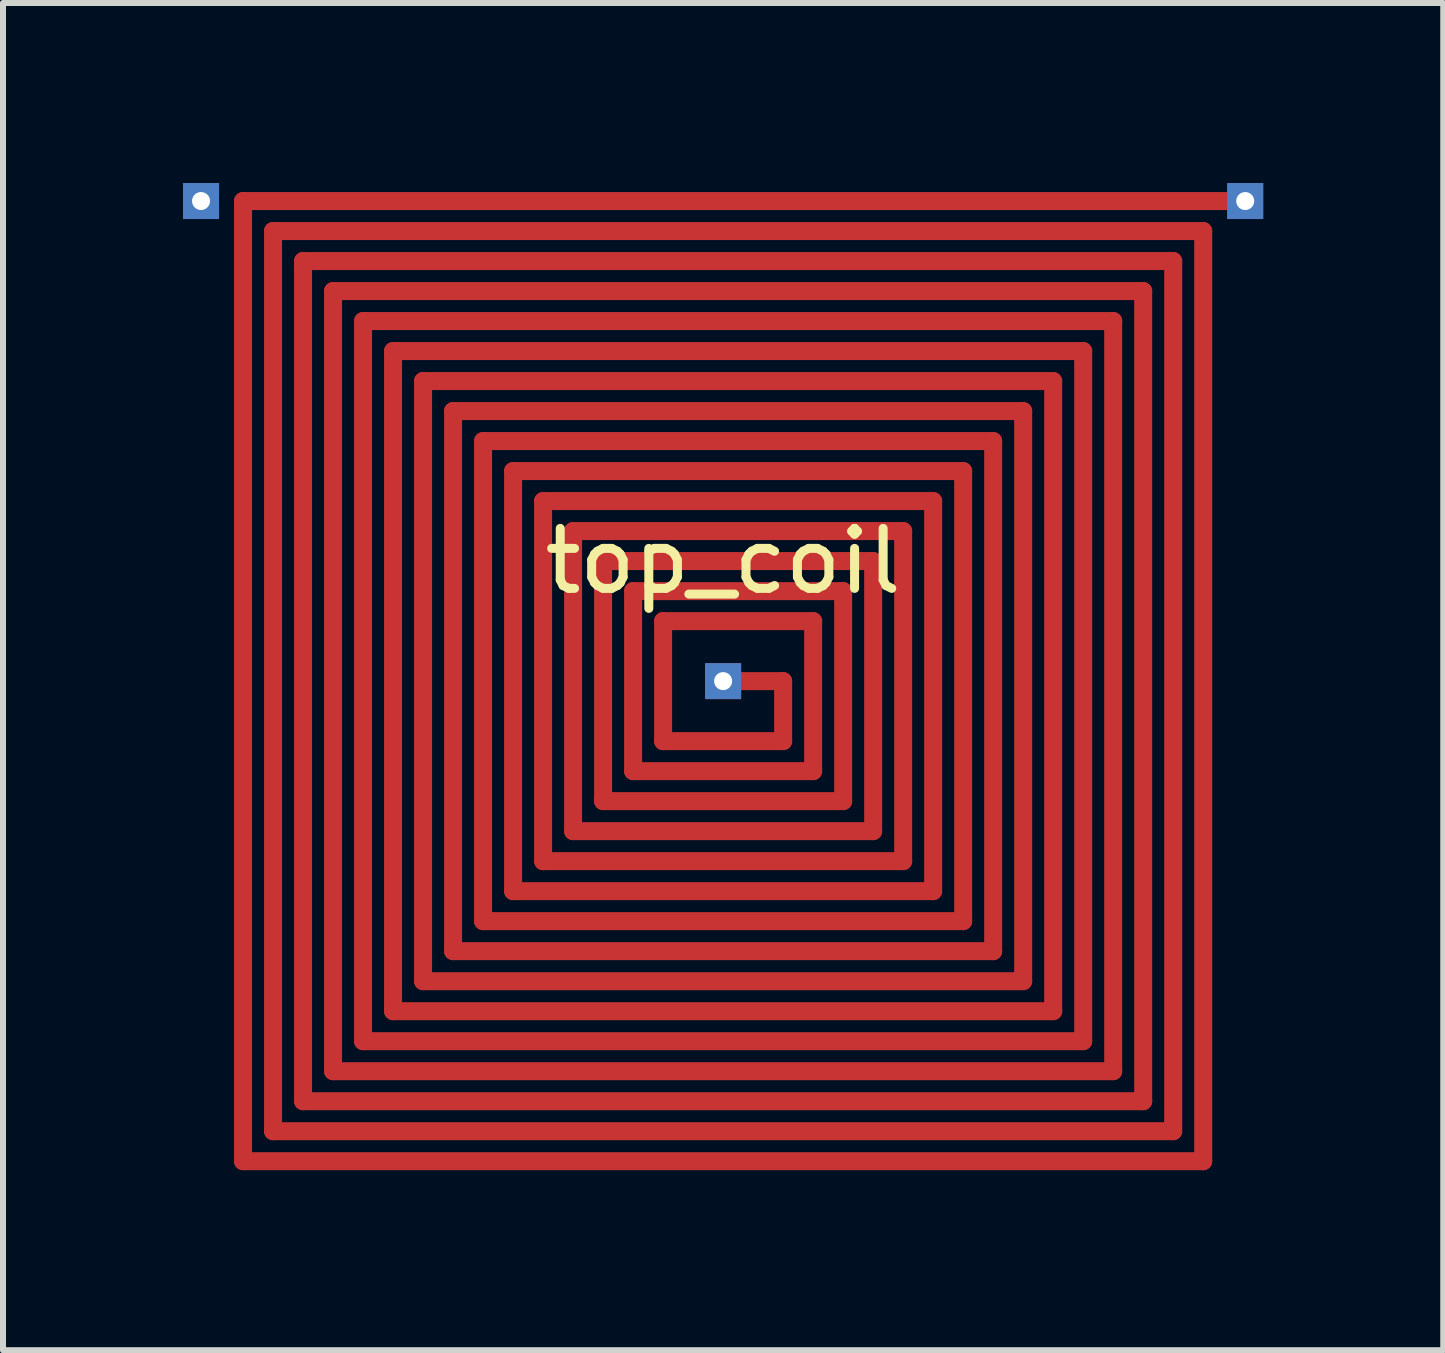
<source format=kicad_pcb>
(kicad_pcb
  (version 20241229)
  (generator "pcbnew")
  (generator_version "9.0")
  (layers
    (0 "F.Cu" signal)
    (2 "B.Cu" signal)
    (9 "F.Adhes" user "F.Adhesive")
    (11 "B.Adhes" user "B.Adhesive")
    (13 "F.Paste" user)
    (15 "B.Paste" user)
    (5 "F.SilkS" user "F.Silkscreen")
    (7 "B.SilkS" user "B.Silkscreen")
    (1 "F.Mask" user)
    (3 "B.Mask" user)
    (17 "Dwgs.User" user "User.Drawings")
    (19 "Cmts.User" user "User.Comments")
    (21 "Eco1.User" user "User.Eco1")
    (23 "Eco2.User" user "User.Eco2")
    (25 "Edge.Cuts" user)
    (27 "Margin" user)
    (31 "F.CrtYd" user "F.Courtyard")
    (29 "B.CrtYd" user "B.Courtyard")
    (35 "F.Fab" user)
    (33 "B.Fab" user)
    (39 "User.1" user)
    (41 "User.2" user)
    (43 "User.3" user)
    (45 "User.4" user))
  (footprint "top_coil"
    (layer "F.Cu")
    (at 9 8.3)
    (property "Reference" "top_coil" (at 0 -2 0) (layer "F.SilkS") (effects (font (size 1 1) (thickness 0.15))))
    (attr through_hole)
    (fp_line (start -8 -8) (end -8 8) (stroke (width 0.3) (type solid)) (layer "F.Cu"))
    (fp_line (start -8 8) (end 8 8) (stroke (width 0.3) (type solid)) (layer "F.Cu"))
    (fp_line (start -7.5 -7.5) (end -7.5 7.5) (stroke (width 0.3) (type solid)) (layer "F.Cu"))
    (fp_line (start -7.5 7.5) (end 7.5 7.5) (stroke (width 0.3) (type solid)) (layer "F.Cu"))
    (fp_line (start -7 -7) (end -7 7) (stroke (width 0.3) (type solid)) (layer "F.Cu"))
    (fp_line (start -7 7) (end 7 7) (stroke (width 0.3) (type solid)) (layer "F.Cu"))
    (fp_line (start -6.5 -6.5) (end -6.5 6.5) (stroke (width 0.3) (type solid)) (layer "F.Cu"))
    (fp_line (start -6.5 6.5) (end 6.5 6.5) (stroke (width 0.3) (type solid)) (layer "F.Cu"))
    (fp_line (start -6 -6) (end -6 6) (stroke (width 0.3) (type solid)) (layer "F.Cu"))
    (fp_line (start -6 6) (end 6 6) (stroke (width 0.3) (type solid)) (layer "F.Cu"))
    (fp_line (start -5.5 -5.5) (end -5.5 5.5) (stroke (width 0.3) (type solid)) (layer "F.Cu"))
    (fp_line (start -5.5 5.5) (end 5.5 5.5) (stroke (width 0.3) (type solid)) (layer "F.Cu"))
    (fp_line (start -5 -5) (end -5 5) (stroke (width 0.3) (type solid)) (layer "F.Cu"))
    (fp_line (start -5 5) (end 5 5) (stroke (width 0.3) (type solid)) (layer "F.Cu"))
    (fp_line (start -4.5 -4.5) (end -4.5 4.5) (stroke (width 0.3) (type solid)) (layer "F.Cu"))
    (fp_line (start -4.5 4.5) (end 4.5 4.5) (stroke (width 0.3) (type solid)) (layer "F.Cu"))
    (fp_line (start -4 -4) (end -4 4) (stroke (width 0.3) (type solid)) (layer "F.Cu"))
    (fp_line (start -4 4) (end 4 4) (stroke (width 0.3) (type solid)) (layer "F.Cu"))
    (fp_line (start -3.5 -3.5) (end -3.5 3.5) (stroke (width 0.3) (type solid)) (layer "F.Cu"))
    (fp_line (start -3.5 3.5) (end 3.5 3.5) (stroke (width 0.3) (type solid)) (layer "F.Cu"))
    (fp_line (start -3 -3) (end -3 3) (stroke (width 0.3) (type solid)) (layer "F.Cu"))
    (fp_line (start -3 3) (end 3 3) (stroke (width 0.3) (type solid)) (layer "F.Cu"))
    (fp_line (start -2.5 -2.5) (end -2.5 2.5) (stroke (width 0.3) (type solid)) (layer "F.Cu"))
    (fp_line (start -2.5 2.5) (end 2.5 2.5) (stroke (width 0.3) (type solid)) (layer "F.Cu"))
    (fp_line (start -2 -2) (end -2 2) (stroke (width 0.3) (type solid)) (layer "F.Cu"))
    (fp_line (start -2 2) (end 2 2) (stroke (width 0.3) (type solid)) (layer "F.Cu"))
    (fp_line (start -1.5 -1.5) (end -1.5 1.5) (stroke (width 0.3) (type solid)) (layer "F.Cu"))
    (fp_line (start -1.5 1.5) (end 1.5 1.5) (stroke (width 0.3) (type solid)) (layer "F.Cu"))
    (fp_line (start -1 -1) (end -1 1) (stroke (width 0.3) (type solid)) (layer "F.Cu"))
    (fp_line (start -1 1) (end 1 1) (stroke (width 0.3) (type solid)) (layer "F.Cu"))
    (fp_line (start 1 0) (end 0 0) (stroke (width 0.3) (type solid)) (layer "F.Cu"))
    (fp_line (start 1 1) (end 1 0) (stroke (width 0.3) (type solid)) (layer "F.Cu"))
    (fp_line (start 1.5 -1) (end -1 -1) (stroke (width 0.3) (type solid)) (layer "F.Cu"))
    (fp_line (start 1.5 1.5) (end 1.5 -1) (stroke (width 0.3) (type solid)) (layer "F.Cu"))
    (fp_line (start 2 -1.5) (end -1.5 -1.5) (stroke (width 0.3) (type solid)) (layer "F.Cu"))
    (fp_line (start 2 2) (end 2 -1.5) (stroke (width 0.3) (type solid)) (layer "F.Cu"))
    (fp_line (start 2.5 -2) (end -2 -2) (stroke (width 0.3) (type solid)) (layer "F.Cu"))
    (fp_line (start 2.5 2.5) (end 2.5 -2) (stroke (width 0.3) (type solid)) (layer "F.Cu"))
    (fp_line (start 3 -2.5) (end -2.5 -2.5) (stroke (width 0.3) (type solid)) (layer "F.Cu"))
    (fp_line (start 3 3) (end 3 -2.5) (stroke (width 0.3) (type solid)) (layer "F.Cu"))
    (fp_line (start 3.5 -3) (end -3 -3) (stroke (width 0.3) (type solid)) (layer "F.Cu"))
    (fp_line (start 3.5 3.5) (end 3.5 -3) (stroke (width 0.3) (type solid)) (layer "F.Cu"))
    (fp_line (start 4 -3.5) (end -3.5 -3.5) (stroke (width 0.3) (type solid)) (layer "F.Cu"))
    (fp_line (start 4 4) (end 4 -3.5) (stroke (width 0.3) (type solid)) (layer "F.Cu"))
    (fp_line (start 4.5 -4) (end -4 -4) (stroke (width 0.3) (type solid)) (layer "F.Cu"))
    (fp_line (start 4.5 4.5) (end 4.5 -4) (stroke (width 0.3) (type solid)) (layer "F.Cu"))
    (fp_line (start 5 -4.5) (end -4.5 -4.5) (stroke (width 0.3) (type solid)) (layer "F.Cu"))
    (fp_line (start 5 5) (end 5 -4.5) (stroke (width 0.3) (type solid)) (layer "F.Cu"))
    (fp_line (start 5.5 -5) (end -5 -5) (stroke (width 0.3) (type solid)) (layer "F.Cu"))
    (fp_line (start 5.5 5.5) (end 5.5 -5) (stroke (width 0.3) (type solid)) (layer "F.Cu"))
    (fp_line (start 6 -5.5) (end -5.5 -5.5) (stroke (width 0.3) (type solid)) (layer "F.Cu"))
    (fp_line (start 6 6) (end 6 -5.5) (stroke (width 0.3) (type solid)) (layer "F.Cu"))
    (fp_line (start 6.5 -6) (end -6 -6) (stroke (width 0.3) (type solid)) (layer "F.Cu"))
    (fp_line (start 6.5 6.5) (end 6.5 -6) (stroke (width 0.3) (type solid)) (layer "F.Cu"))
    (fp_line (start 7 -6.5) (end -6.5 -6.5) (stroke (width 0.3) (type solid)) (layer "F.Cu"))
    (fp_line (start 7 7) (end 7 -6.5) (stroke (width 0.3) (type solid)) (layer "F.Cu"))
    (fp_line (start 7.5 -7) (end -7 -7) (stroke (width 0.3) (type solid)) (layer "F.Cu"))
    (fp_line (start 7.5 7.5) (end 7.5 -7) (stroke (width 0.3) (type solid)) (layer "F.Cu"))
    (fp_line (start 8 -7.5) (end -7.5 -7.5) (stroke (width 0.3) (type solid)) (layer "F.Cu"))
    (fp_line (start 8 8) (end 8 -7.5) (stroke (width 0.3) (type solid)) (layer "F.Cu"))
    (fp_line (start 8.7 -8) (end -8 -8) (stroke (width 0.3) (type solid)) (layer "F.Cu"))
    (fp_line (start -8.7 -8) (end 8 -8) (stroke (width 0.3) (type solid)) (layer "In2.Cu"))
    (fp_line (start -8 -7.5) (end 7.5 -7.5) (stroke (width 0.3) (type solid)) (layer "In2.Cu"))
    (fp_line (start -8 8) (end -8 -7.5) (stroke (width 0.3) (type solid)) (layer "In2.Cu"))
    (fp_line (start -7.5 -7) (end 7 -7) (stroke (width 0.3) (type solid)) (layer "In2.Cu"))
    (fp_line (start -7.5 7.5) (end -7.5 -7) (stroke (width 0.3) (type solid)) (layer "In2.Cu"))
    (fp_line (start -7 -6.5) (end 6.5 -6.5) (stroke (width 0.3) (type solid)) (layer "In2.Cu"))
    (fp_line (start -7 7) (end -7 -6.5) (stroke (width 0.3) (type solid)) (layer "In2.Cu"))
    (fp_line (start -6.5 -6) (end 6 -6) (stroke (width 0.3) (type solid)) (layer "In2.Cu"))
    (fp_line (start -6.5 6.5) (end -6.5 -6) (stroke (width 0.3) (type solid)) (layer "In2.Cu"))
    (fp_line (start -6 -5.5) (end 5.5 -5.5) (stroke (width 0.3) (type solid)) (layer "In2.Cu"))
    (fp_line (start -6 6) (end -6 -5.5) (stroke (width 0.3) (type solid)) (layer "In2.Cu"))
    (fp_line (start -5.5 -5) (end 5 -5) (stroke (width 0.3) (type solid)) (layer "In2.Cu"))
    (fp_line (start -5.5 5.5) (end -5.5 -5) (stroke (width 0.3) (type solid)) (layer "In2.Cu"))
    (fp_line (start -5 -4.5) (end 4.5 -4.5) (stroke (width 0.3) (type solid)) (layer "In2.Cu"))
    (fp_line (start -5 5) (end -5 -4.5) (stroke (width 0.3) (type solid)) (layer "In2.Cu"))
    (fp_line (start -4.5 -4) (end 4 -4) (stroke (width 0.3) (type solid)) (layer "In2.Cu"))
    (fp_line (start -4.5 4.5) (end -4.5 -4) (stroke (width 0.3) (type solid)) (layer "In2.Cu"))
    (fp_line (start -4 -3.5) (end 3.5 -3.5) (stroke (width 0.3) (type solid)) (layer "In2.Cu"))
    (fp_line (start -4 4) (end -4 -3.5) (stroke (width 0.3) (type solid)) (layer "In2.Cu"))
    (fp_line (start -3.5 -3) (end 3 -3) (stroke (width 0.3) (type solid)) (layer "In2.Cu"))
    (fp_line (start -3.5 3.5) (end -3.5 -3) (stroke (width 0.3) (type solid)) (layer "In2.Cu"))
    (fp_line (start -3 -2.5) (end 2.5 -2.5) (stroke (width 0.3) (type solid)) (layer "In2.Cu"))
    (fp_line (start -3 3) (end -3 -2.5) (stroke (width 0.3) (type solid)) (layer "In2.Cu"))
    (fp_line (start -2.5 -2) (end 2 -2) (stroke (width 0.3) (type solid)) (layer "In2.Cu"))
    (fp_line (start -2.5 2.5) (end -2.5 -2) (stroke (width 0.3) (type solid)) (layer "In2.Cu"))
    (fp_line (start -2 -1.5) (end 1.5 -1.5) (stroke (width 0.3) (type solid)) (layer "In2.Cu"))
    (fp_line (start -2 2) (end -2 -1.5) (stroke (width 0.3) (type solid)) (layer "In2.Cu"))
    (fp_line (start -1.5 -1) (end 1 -1) (stroke (width 0.3) (type solid)) (layer "In2.Cu"))
    (fp_line (start -1.5 1.5) (end -1.5 -1) (stroke (width 0.3) (type solid)) (layer "In2.Cu"))
    (fp_line (start -1 0) (end 0 0) (stroke (width 0.3) (type solid)) (layer "In2.Cu"))
    (fp_line (start -1 1) (end -1 0) (stroke (width 0.3) (type solid)) (layer "In2.Cu"))
    (fp_line (start 1 -1) (end 1 1) (stroke (width 0.3) (type solid)) (layer "In2.Cu"))
    (fp_line (start 1 1) (end -1 1) (stroke (width 0.3) (type solid)) (layer "In2.Cu"))
    (fp_line (start 1.5 -1.5) (end 1.5 1.5) (stroke (width 0.3) (type solid)) (layer "In2.Cu"))
    (fp_line (start 1.5 1.5) (end -1.5 1.5) (stroke (width 0.3) (type solid)) (layer "In2.Cu"))
    (fp_line (start 2 -2) (end 2 2) (stroke (width 0.3) (type solid)) (layer "In2.Cu"))
    (fp_line (start 2 2) (end -2 2) (stroke (width 0.3) (type solid)) (layer "In2.Cu"))
    (fp_line (start 2.5 -2.5) (end 2.5 2.5) (stroke (width 0.3) (type solid)) (layer "In2.Cu"))
    (fp_line (start 2.5 2.5) (end -2.5 2.5) (stroke (width 0.3) (type solid)) (layer "In2.Cu"))
    (fp_line (start 3 -3) (end 3 3) (stroke (width 0.3) (type solid)) (layer "In2.Cu"))
    (fp_line (start 3 3) (end -3 3) (stroke (width 0.3) (type solid)) (layer "In2.Cu"))
    (fp_line (start 3.5 -3.5) (end 3.5 3.5) (stroke (width 0.3) (type solid)) (layer "In2.Cu"))
    (fp_line (start 3.5 3.5) (end -3.5 3.5) (stroke (width 0.3) (type solid)) (layer "In2.Cu"))
    (fp_line (start 4 -4) (end 4 4) (stroke (width 0.3) (type solid)) (layer "In2.Cu"))
    (fp_line (start 4 4) (end -4 4) (stroke (width 0.3) (type solid)) (layer "In2.Cu"))
    (fp_line (start 4.5 -4.5) (end 4.5 4.5) (stroke (width 0.3) (type solid)) (layer "In2.Cu"))
    (fp_line (start 4.5 4.5) (end -4.5 4.5) (stroke (width 0.3) (type solid)) (layer "In2.Cu"))
    (fp_line (start 5 -5) (end 5 5) (stroke (width 0.3) (type solid)) (layer "In2.Cu"))
    (fp_line (start 5 5) (end -5 5) (stroke (width 0.3) (type solid)) (layer "In2.Cu"))
    (fp_line (start 5.5 -5.5) (end 5.5 5.5) (stroke (width 0.3) (type solid)) (layer "In2.Cu"))
    (fp_line (start 5.5 5.5) (end -5.5 5.5) (stroke (width 0.3) (type solid)) (layer "In2.Cu"))
    (fp_line (start 6 -6) (end 6 6) (stroke (width 0.3) (type solid)) (layer "In2.Cu"))
    (fp_line (start 6 6) (end -6 6) (stroke (width 0.3) (type solid)) (layer "In2.Cu"))
    (fp_line (start 6.5 -6.5) (end 6.5 6.5) (stroke (width 0.3) (type solid)) (layer "In2.Cu"))
    (fp_line (start 6.5 6.5) (end -6.5 6.5) (stroke (width 0.3) (type solid)) (layer "In2.Cu"))
    (fp_line (start 7 -7) (end 7 7) (stroke (width 0.3) (type solid)) (layer "In2.Cu"))
    (fp_line (start 7 7) (end -7 7) (stroke (width 0.3) (type solid)) (layer "In2.Cu"))
    (fp_line (start 7.5 -7.5) (end 7.5 7.5) (stroke (width 0.3) (type solid)) (layer "In2.Cu"))
    (fp_line (start 7.5 7.5) (end -7.5 7.5) (stroke (width 0.3) (type solid)) (layer "In2.Cu"))
    (fp_line (start 8 -8) (end 8 8) (stroke (width 0.3) (type solid)) (layer "In2.Cu"))
    (fp_line (start 8 8) (end -8 8) (stroke (width 0.3) (type solid)) (layer "In2.Cu"))
    (pad "1" thru_hole rect (at 0 0) (size 0.6 0.6) (drill 0.3) (layers "*.Cu" "*.Mask"))
    (pad "2" thru_hole rect (at 8.7 -8) (size 0.6 0.6) (drill 0.3) (layers "*.Cu" "*.Mask"))
    (pad "3" thru_hole rect (at -8.7 -8) (size 0.6 0.6) (drill 0.3) (layers "*.Cu" "*.Mask")))
  (gr_rect
    (start -3 -3)
    (end 21 19.45)
    (stroke (width 0.1) (type default))
    (fill no)
    (layer "Edge.Cuts")))
</source>
